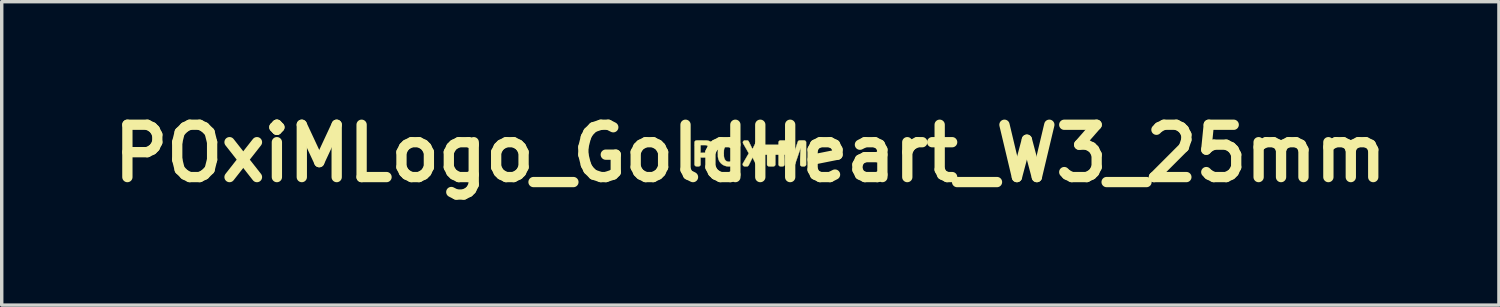
<source format=kicad_pcb>
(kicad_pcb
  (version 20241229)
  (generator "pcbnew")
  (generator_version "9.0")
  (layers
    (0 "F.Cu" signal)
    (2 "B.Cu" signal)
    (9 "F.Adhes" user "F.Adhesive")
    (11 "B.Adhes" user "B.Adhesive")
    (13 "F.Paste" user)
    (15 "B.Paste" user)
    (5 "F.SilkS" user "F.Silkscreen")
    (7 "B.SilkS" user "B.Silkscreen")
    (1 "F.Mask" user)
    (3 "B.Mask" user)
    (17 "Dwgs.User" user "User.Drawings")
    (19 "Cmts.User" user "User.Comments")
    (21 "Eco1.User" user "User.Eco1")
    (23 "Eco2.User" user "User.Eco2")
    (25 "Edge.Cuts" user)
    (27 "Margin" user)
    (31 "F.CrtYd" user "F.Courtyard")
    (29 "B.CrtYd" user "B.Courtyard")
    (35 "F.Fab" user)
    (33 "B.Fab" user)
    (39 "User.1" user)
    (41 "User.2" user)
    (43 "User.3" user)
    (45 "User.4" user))
  (footprint "POxiMLogo_GoldHeart_W3_25mm"
    (layer "F.Cu")
    (at 18.803 1.418)
    (property "Reference" "POxiMLogo_GoldHeart_W3_25mm" (at 0 0 0) (layer "F.SilkS") (effects (font (size 1.524 1.524) (thickness 0.3))))
    (attr through_hole)
    (fp_poly (pts (xy 0.569 -0.4) (xy 0.581 -0.394) (xy 0.587 -0.39) (xy 0.594 -0.382) (xy 0.601 -0.372) (xy 0.606 -0.362) (xy 0.608 -0.355) (xy 0.61 -0.345) (xy 0.612 -0.351) (xy 0.616 -0.363) (xy 0.622 -0.375) (xy 0.631 -0.386) (xy 0.64 -0.394) (xy 0.647 -0.398) (xy 0.655 -0.4) (xy 0.664 -0.402) (xy 0.675 -0.402) (xy 0.685 -0.401) (xy 0.693 -0.399) (xy 0.696 -0.398) (xy 0.704 -0.392) (xy 0.712 -0.385) (xy 0.72 -0.376) (xy 0.725 -0.367) (xy 0.726 -0.366) (xy 0.728 -0.36) (xy 0.73 -0.355) (xy 0.73 -0.348) (xy 0.731 -0.341) (xy 0.73 -0.333) (xy 0.729 -0.325) (xy 0.727 -0.318) (xy 0.724 -0.311) (xy 0.718 -0.302) (xy 0.711 -0.292) (xy 0.71 -0.29) (xy 0.707 -0.286) (xy 0.702 -0.28) (xy 0.696 -0.273) (xy 0.688 -0.264) (xy 0.68 -0.254) (xy 0.671 -0.244) (xy 0.662 -0.234) (xy 0.652 -0.224) (xy 0.643 -0.214) (xy 0.635 -0.204) (xy 0.627 -0.196) (xy 0.62 -0.189) (xy 0.615 -0.184) (xy 0.612 -0.181) (xy 0.61 -0.18) (xy 0.609 -0.181) (xy 0.605 -0.185) (xy 0.6 -0.19) (xy 0.593 -0.197) (xy 0.585 -0.206) (xy 0.576 -0.215) (xy 0.569 -0.223) (xy 0.553 -0.24) (xy 0.54 -0.255) (xy 0.528 -0.269) (xy 0.519 -0.28) (xy 0.511 -0.291) (xy 0.504 -0.3) (xy 0.499 -0.309) (xy 0.496 -0.315) (xy 0.493 -0.323) (xy 0.491 -0.329) (xy 0.49 -0.334) (xy 0.49 -0.34) (xy 0.491 -0.354) (xy 0.496 -0.367) (xy 0.502 -0.378) (xy 0.511 -0.387) (xy 0.521 -0.395) (xy 0.532 -0.4) (xy 0.544 -0.402) (xy 0.557 -0.402) (xy 0.569 -0.4)) (stroke (width 0.01) (type solid)) (fill yes) (layer "F.Mask"))
    (fp_poly (pts (xy 0.549 -0.116) (xy 0.61 -0.054) (xy 0.651 -0.095) (xy 0.661 -0.106) (xy 0.672 -0.116) (xy 0.682 -0.127) (xy 0.692 -0.136) (xy 0.701 -0.145) (xy 0.708 -0.151) (xy 0.71 -0.154) (xy 0.73 -0.172) (xy 0.729 0.081) (xy 0.729 0.334) (xy 0.725 0.342) (xy 0.721 0.35) (xy 0.714 0.358) (xy 0.707 0.365) (xy 0.699 0.37) (xy 0.698 0.371) (xy 0.695 0.372) (xy 0.691 0.374) (xy 0.687 0.375) (xy 0.682 0.376) (xy 0.676 0.377) (xy 0.669 0.377) (xy 0.659 0.378) (xy 0.648 0.378) (xy 0.635 0.378) (xy 0.618 0.378) (xy 0.607 0.378) (xy 0.59 0.378) (xy 0.575 0.378) (xy 0.563 0.378) (xy 0.553 0.377) (xy 0.546 0.377) (xy 0.54 0.377) (xy 0.536 0.376) (xy 0.532 0.376) (xy 0.532 0.375) (xy 0.519 0.37) (xy 0.507 0.363) (xy 0.498 0.353) (xy 0.492 0.34) (xy 0.492 0.34) (xy 0.488 0.331) (xy 0.487 -0.177) (xy 0.549 -0.116)) (stroke (width 0.01) (type solid)) (fill yes) (layer "F.SilkS"))
    (fp_poly (pts (xy -1.477 -0.378) (xy -1.454 -0.378) (xy -1.429 -0.378) (xy -1.422 -0.378) (xy -1.396 -0.378) (xy -1.372 -0.377) (xy -1.352 -0.377) (xy -1.334 -0.377) (xy -1.318 -0.377) (xy -1.304 -0.377) (xy -1.292 -0.376) (xy -1.282 -0.376) (xy -1.273 -0.375) (xy -1.265 -0.375) (xy -1.258 -0.374) (xy -1.252 -0.373) (xy -1.245 -0.372) (xy -1.239 -0.371) (xy -1.233 -0.369) (xy -1.226 -0.368) (xy -1.221 -0.367) (xy -1.192 -0.358) (xy -1.165 -0.347) (xy -1.14 -0.334) (xy -1.117 -0.319) (xy -1.097 -0.301) (xy -1.079 -0.282) (xy -1.063 -0.26) (xy -1.05 -0.237) (xy -1.04 -0.214) (xy -1.036 -0.202) (xy -1.033 -0.191) (xy -1.031 -0.181) (xy -1.03 -0.17) (xy -1.029 -0.158) (xy -1.028 -0.144) (xy -1.028 -0.129) (xy -1.028 -0.116) (xy -1.028 -0.106) (xy -1.028 -0.098) (xy -1.029 -0.091) (xy -1.03 -0.085) (xy -1.031 -0.079) (xy -1.032 -0.075) (xy -1.038 -0.05) (xy -1.047 -0.028) (xy -1.057 -0.007) (xy -1.07 0.012) (xy -1.086 0.031) (xy -1.093 0.038) (xy -1.112 0.056) (xy -1.133 0.071) (xy -1.156 0.084) (xy -1.18 0.095) (xy -1.206 0.104) (xy -1.235 0.111) (xy -1.257 0.115) (xy -1.261 0.116) (xy -1.267 0.116) (xy -1.273 0.117) (xy -1.281 0.117) (xy -1.291 0.117) (xy -1.303 0.118) (xy -1.317 0.118) (xy -1.333 0.118) (xy -1.353 0.118) (xy -1.362 0.118) (xy -1.45 0.119) (xy -1.45 0.336) (xy -1.455 0.345) (xy -1.463 0.357) (xy -1.473 0.366) (xy -1.485 0.373) (xy -1.498 0.377) (xy -1.503 0.377) (xy -1.511 0.378) (xy -1.52 0.378) (xy -1.531 0.378) (xy -1.542 0.378) (xy -1.553 0.378) (xy -1.563 0.377) (xy -1.571 0.377) (xy -1.577 0.376) (xy -1.579 0.376) (xy -1.592 0.371) (xy -1.604 0.363) (xy -1.613 0.353) (xy -1.619 0.343) (xy -1.624 0.333) (xy -1.624 -0.016) (xy -1.45 -0.016) (xy -1.369 -0.017) (xy -1.351 -0.017) (xy -1.335 -0.017) (xy -1.323 -0.017) (xy -1.312 -0.017) (xy -1.304 -0.018) (xy -1.297 -0.018) (xy -1.292 -0.018) (xy -1.288 -0.019) (xy -1.284 -0.019) (xy -1.281 -0.02) (xy -1.278 -0.021) (xy -1.276 -0.021) (xy -1.259 -0.028) (xy -1.243 -0.038) (xy -1.23 -0.049) (xy -1.219 -0.064) (xy -1.211 -0.08) (xy -1.208 -0.088) (xy -1.206 -0.094) (xy -1.205 -0.099) (xy -1.204 -0.104) (xy -1.203 -0.11) (xy -1.203 -0.117) (xy -1.203 -0.127) (xy -1.203 -0.14) (xy -1.204 -0.151) (xy -1.205 -0.16) (xy -1.207 -0.169) (xy -1.211 -0.177) (xy -1.215 -0.187) (xy -1.22 -0.196) (xy -1.227 -0.204) (xy -1.233 -0.211) (xy -1.244 -0.221) (xy -1.255 -0.229) (xy -1.268 -0.235) (xy -1.278 -0.238) (xy -1.281 -0.239) (xy -1.284 -0.24) (xy -1.287 -0.24) (xy -1.291 -0.241) (xy -1.295 -0.241) (xy -1.301 -0.241) (xy -1.308 -0.242) (xy -1.317 -0.242) (xy -1.329 -0.242) (xy -1.342 -0.242) (xy -1.359 -0.242) (xy -1.37 -0.242) (xy -1.45 -0.243) (xy -1.45 -0.016) (xy -1.624 -0.016) (xy -1.624 -0.333) (xy -1.619 -0.343) (xy -1.613 -0.353) (xy -1.605 -0.362) (xy -1.595 -0.369) (xy -1.592 -0.371) (xy -1.59 -0.372) (xy -1.587 -0.373) (xy -1.585 -0.374) (xy -1.581 -0.375) (xy -1.577 -0.376) (xy -1.573 -0.376) (xy -1.567 -0.377) (xy -1.56 -0.377) (xy -1.551 -0.378) (xy -1.54 -0.378) (xy -1.528 -0.378) (xy -1.513 -0.378) (xy -1.496 -0.378) (xy -1.477 -0.378)) (stroke (width 0.01) (type solid)) (fill yes) (layer "F.SilkS"))
    (fp_poly (pts (xy -0.604 -0.377) (xy -0.571 -0.375) (xy -0.539 -0.369) (xy -0.509 -0.36) (xy -0.48 -0.348) (xy -0.452 -0.334) (xy -0.427 -0.316) (xy -0.403 -0.296) (xy -0.383 -0.277) (xy -0.364 -0.252) (xy -0.346 -0.226) (xy -0.332 -0.199) (xy -0.321 -0.169) (xy -0.312 -0.138) (xy -0.307 -0.105) (xy -0.306 -0.095) (xy -0.305 -0.089) (xy -0.305 -0.08) (xy -0.304 -0.068) (xy -0.304 -0.054) (xy -0.304 -0.039) (xy -0.304 -0.023) (xy -0.304 -0.006) (xy -0.304 0.01) (xy -0.304 0.027) (xy -0.304 0.043) (xy -0.304 0.058) (xy -0.305 0.071) (xy -0.305 0.082) (xy -0.305 0.091) (xy -0.306 0.095) (xy -0.31 0.128) (xy -0.318 0.16) (xy -0.328 0.19) (xy -0.341 0.218) (xy -0.358 0.245) (xy -0.377 0.27) (xy -0.398 0.293) (xy -0.411 0.305) (xy -0.434 0.323) (xy -0.459 0.339) (xy -0.487 0.352) (xy -0.515 0.362) (xy -0.546 0.37) (xy -0.578 0.375) (xy -0.611 0.378) (xy -0.645 0.378) (xy -0.664 0.376) (xy -0.696 0.372) (xy -0.727 0.364) (xy -0.757 0.354) (xy -0.785 0.34) (xy -0.811 0.324) (xy -0.836 0.306) (xy -0.858 0.285) (xy -0.879 0.261) (xy -0.882 0.258) (xy -0.899 0.232) (xy -0.914 0.204) (xy -0.926 0.175) (xy -0.935 0.144) (xy -0.941 0.112) (xy -0.942 0.107) (xy -0.943 0.1) (xy -0.943 0.09) (xy -0.944 0.077) (xy -0.944 0.063) (xy -0.944 0.047) (xy -0.944 0.03) (xy -0.945 0.012) (xy -0.945 0.004) (xy -0.771 0.004) (xy -0.771 0.026) (xy -0.771 0.046) (xy -0.77 0.064) (xy -0.769 0.079) (xy -0.768 0.092) (xy -0.767 0.104) (xy -0.765 0.114) (xy -0.764 0.119) (xy -0.757 0.142) (xy -0.748 0.164) (xy -0.738 0.183) (xy -0.725 0.2) (xy -0.711 0.214) (xy -0.695 0.225) (xy -0.678 0.233) (xy -0.665 0.238) (xy -0.658 0.239) (xy -0.653 0.241) (xy -0.648 0.242) (xy -0.643 0.242) (xy -0.637 0.242) (xy -0.63 0.242) (xy -0.62 0.242) (xy -0.619 0.242) (xy -0.609 0.242) (xy -0.601 0.241) (xy -0.595 0.241) (xy -0.59 0.24) (xy -0.585 0.239) (xy -0.579 0.237) (xy -0.577 0.236) (xy -0.559 0.228) (xy -0.542 0.218) (xy -0.527 0.204) (xy -0.514 0.188) (xy -0.503 0.17) (xy -0.494 0.149) (xy -0.486 0.125) (xy -0.486 0.125) (xy -0.485 0.118) (xy -0.483 0.112) (xy -0.482 0.105) (xy -0.481 0.098) (xy -0.48 0.09) (xy -0.48 0.081) (xy -0.479 0.07) (xy -0.479 0.057) (xy -0.479 0.043) (xy -0.479 0.025) (xy -0.479 0.005) (xy -0.479 0) (xy -0.479 -0.021) (xy -0.479 -0.039) (xy -0.479 -0.054) (xy -0.479 -0.067) (xy -0.48 -0.078) (xy -0.48 -0.088) (xy -0.481 -0.096) (xy -0.482 -0.103) (xy -0.483 -0.11) (xy -0.484 -0.117) (xy -0.486 -0.123) (xy -0.486 -0.125) (xy -0.494 -0.148) (xy -0.503 -0.169) (xy -0.514 -0.188) (xy -0.527 -0.204) (xy -0.543 -0.217) (xy -0.559 -0.228) (xy -0.578 -0.236) (xy -0.584 -0.238) (xy -0.589 -0.24) (xy -0.594 -0.241) (xy -0.6 -0.241) (xy -0.606 -0.242) (xy -0.615 -0.242) (xy -0.625 -0.242) (xy -0.638 -0.242) (xy -0.649 -0.241) (xy -0.658 -0.24) (xy -0.666 -0.238) (xy -0.674 -0.235) (xy -0.683 -0.232) (xy -0.686 -0.23) (xy -0.702 -0.221) (xy -0.717 -0.209) (xy -0.731 -0.194) (xy -0.742 -0.177) (xy -0.752 -0.157) (xy -0.759 -0.14) (xy -0.761 -0.131) (xy -0.763 -0.123) (xy -0.765 -0.115) (xy -0.767 -0.107) (xy -0.768 -0.098) (xy -0.769 -0.087) (xy -0.769 -0.075) (xy -0.77 -0.06) (xy -0.77 -0.044) (xy -0.771 -0.024) (xy -0.771 -0.021) (xy -0.771 0.004) (xy -0.945 0.004) (xy -0.945 -0.006) (xy -0.945 -0.024) (xy -0.944 -0.042) (xy -0.944 -0.058) (xy -0.944 -0.073) (xy -0.943 -0.086) (xy -0.943 -0.097) (xy -0.942 -0.105) (xy -0.942 -0.107) (xy -0.936 -0.139) (xy -0.927 -0.17) (xy -0.916 -0.199) (xy -0.902 -0.227) (xy -0.885 -0.253) (xy -0.866 -0.277) (xy -0.844 -0.299) (xy -0.832 -0.309) (xy -0.808 -0.327) (xy -0.783 -0.342) (xy -0.757 -0.354) (xy -0.729 -0.364) (xy -0.7 -0.371) (xy -0.669 -0.375) (xy -0.639 -0.378) (xy -0.604 -0.377)) (stroke (width 0.01) (type solid)) (fill yes) (layer "F.SilkS"))
    (fp_poly (pts (xy 0.311 -0.373) (xy 0.322 -0.366) (xy 0.332 -0.357) (xy 0.34 -0.346) (xy 0.341 -0.343) (xy 0.344 -0.337) (xy 0.345 -0.332) (xy 0.346 -0.326) (xy 0.346 -0.319) (xy 0.346 -0.311) (xy 0.345 -0.305) (xy 0.344 -0.3) (xy 0.341 -0.295) (xy 0.341 -0.294) (xy 0.339 -0.291) (xy 0.336 -0.285) (xy 0.332 -0.277) (xy 0.326 -0.267) (xy 0.319 -0.255) (xy 0.311 -0.241) (xy 0.302 -0.225) (xy 0.292 -0.208) (xy 0.282 -0.19) (xy 0.271 -0.171) (xy 0.259 -0.151) (xy 0.255 -0.143) (xy 0.174 -0.003) (xy 0.265 0.146) (xy 0.279 0.17) (xy 0.293 0.192) (xy 0.305 0.213) (xy 0.317 0.231) (xy 0.327 0.248) (xy 0.336 0.263) (xy 0.343 0.276) (xy 0.349 0.286) (xy 0.354 0.294) (xy 0.357 0.3) (xy 0.358 0.303) (xy 0.358 0.303) (xy 0.359 0.31) (xy 0.36 0.319) (xy 0.36 0.323) (xy 0.357 0.336) (xy 0.352 0.349) (xy 0.344 0.359) (xy 0.333 0.368) (xy 0.325 0.372) (xy 0.315 0.377) (xy 0.273 0.378) (xy 0.257 0.378) (xy 0.244 0.378) (xy 0.234 0.378) (xy 0.225 0.377) (xy 0.218 0.376) (xy 0.213 0.374) (xy 0.207 0.373) (xy 0.203 0.37) (xy 0.2 0.369) (xy 0.198 0.367) (xy 0.196 0.366) (xy 0.193 0.364) (xy 0.191 0.362) (xy 0.188 0.358) (xy 0.186 0.355) (xy 0.182 0.35) (xy 0.179 0.344) (xy 0.175 0.337) (xy 0.17 0.328) (xy 0.165 0.318) (xy 0.158 0.305) (xy 0.151 0.291) (xy 0.143 0.275) (xy 0.134 0.257) (xy 0.124 0.236) (xy 0.112 0.213) (xy 0.099 0.187) (xy 0.094 0.175) (xy 0.066 0.118) (xy 0.007 0.235) (xy -0.004 0.258) (xy -0.013 0.277) (xy -0.022 0.294) (xy -0.029 0.309) (xy -0.036 0.321) (xy -0.041 0.332) (xy -0.046 0.34) (xy -0.05 0.347) (xy -0.054 0.353) (xy -0.057 0.358) (xy -0.06 0.361) (xy -0.063 0.364) (xy -0.065 0.366) (xy -0.068 0.368) (xy -0.071 0.37) (xy -0.075 0.372) (xy -0.076 0.372) (xy -0.087 0.377) (xy -0.127 0.378) (xy -0.139 0.378) (xy -0.15 0.378) (xy -0.159 0.377) (xy -0.167 0.377) (xy -0.173 0.377) (xy -0.175 0.376) (xy -0.187 0.372) (xy -0.198 0.365) (xy -0.208 0.356) (xy -0.215 0.345) (xy -0.216 0.344) (xy -0.219 0.334) (xy -0.221 0.323) (xy -0.221 0.311) (xy -0.219 0.301) (xy -0.218 0.3) (xy -0.217 0.297) (xy -0.214 0.292) (xy -0.21 0.284) (xy -0.204 0.274) (xy -0.198 0.262) (xy -0.19 0.249) (xy -0.181 0.233) (xy -0.171 0.217) (xy -0.161 0.198) (xy -0.15 0.179) (xy -0.138 0.16) (xy -0.13 0.146) (xy -0.119 0.126) (xy -0.107 0.107) (xy -0.097 0.088) (xy -0.087 0.071) (xy -0.078 0.055) (xy -0.069 0.041) (xy -0.062 0.028) (xy -0.056 0.017) (xy -0.051 0.009) (xy -0.048 0.003) (xy -0.045 -0.001) (xy -0.045 -0.002) (xy -0.046 -0.004) (xy -0.048 -0.008) (xy -0.052 -0.015) (xy -0.057 -0.024) (xy -0.063 -0.036) (xy -0.071 -0.049) (xy -0.079 -0.064) (xy -0.089 -0.081) (xy -0.099 -0.099) (xy -0.11 -0.119) (xy -0.122 -0.14) (xy -0.128 -0.149) (xy -0.139 -0.169) (xy -0.151 -0.189) (xy -0.161 -0.208) (xy -0.171 -0.225) (xy -0.181 -0.242) (xy -0.189 -0.256) (xy -0.196 -0.27) (xy -0.203 -0.281) (xy -0.208 -0.29) (xy -0.211 -0.297) (xy -0.213 -0.301) (xy -0.214 -0.302) (xy -0.216 -0.312) (xy -0.216 -0.322) (xy -0.215 -0.333) (xy -0.212 -0.342) (xy -0.206 -0.351) (xy -0.199 -0.36) (xy -0.189 -0.368) (xy -0.181 -0.373) (xy -0.171 -0.377) (xy -0.127 -0.377) (xy -0.113 -0.377) (xy -0.103 -0.377) (xy -0.094 -0.377) (xy -0.088 -0.377) (xy -0.083 -0.376) (xy -0.08 -0.376) (xy -0.077 -0.375) (xy -0.076 -0.374) (xy -0.067 -0.37) (xy -0.058 -0.364) (xy -0.051 -0.357) (xy -0.05 -0.355) (xy -0.048 -0.353) (xy -0.046 -0.347) (xy -0.042 -0.34) (xy -0.037 -0.33) (xy -0.031 -0.318) (xy -0.024 -0.304) (xy -0.017 -0.289) (xy -0.009 -0.273) (xy -0.000327 -0.255) (xy 0.008 -0.238) (xy 0.017 -0.22) (xy 0.025 -0.203) (xy 0.033 -0.187) (xy 0.04 -0.172) (xy 0.046 -0.159) (xy 0.052 -0.147) (xy 0.056 -0.138) (xy 0.06 -0.131) (xy 0.062 -0.127) (xy 0.063 -0.125) (xy 0.063 -0.125) (xy 0.064 -0.126) (xy 0.066 -0.13) (xy 0.069 -0.137) (xy 0.074 -0.146) (xy 0.079 -0.156) (xy 0.086 -0.169) (xy 0.093 -0.184) (xy 0.1 -0.199) (xy 0.109 -0.216) (xy 0.118 -0.234) (xy 0.119 -0.237) (xy 0.129 -0.258) (xy 0.138 -0.277) (xy 0.146 -0.292) (xy 0.153 -0.306) (xy 0.158 -0.317) (xy 0.163 -0.327) (xy 0.167 -0.335) (xy 0.17 -0.341) (xy 0.173 -0.346) (xy 0.176 -0.35) (xy 0.178 -0.353) (xy 0.179 -0.356) (xy 0.181 -0.358) (xy 0.183 -0.36) (xy 0.183 -0.36) (xy 0.193 -0.368) (xy 0.202 -0.373) (xy 0.202 -0.373) (xy 0.205 -0.375) (xy 0.208 -0.375) (xy 0.212 -0.376) (xy 0.215 -0.377) (xy 0.221 -0.377) (xy 0.227 -0.377) (xy 0.236 -0.377) (xy 0.248 -0.377) (xy 0.257 -0.377) (xy 0.301 -0.377) (xy 0.311 -0.373)) (stroke (width 0.01) (type solid)) (fill yes) (layer "F.SilkS"))
    (fp_poly (pts (xy 1.545 -0.378) (xy 1.556 -0.378) (xy 1.565 -0.377) (xy 1.573 -0.377) (xy 1.579 -0.376) (xy 1.583 -0.375) (xy 1.587 -0.374) (xy 1.591 -0.373) (xy 1.594 -0.371) (xy 1.603 -0.365) (xy 1.612 -0.356) (xy 1.619 -0.346) (xy 1.621 -0.343) (xy 1.625 -0.333) (xy 1.625 0.333) (xy 1.621 0.343) (xy 1.614 0.355) (xy 1.604 0.364) (xy 1.592 0.372) (xy 1.579 0.376) (xy 1.579 0.376) (xy 1.574 0.377) (xy 1.566 0.377) (xy 1.557 0.378) (xy 1.546 0.378) (xy 1.535 0.378) (xy 1.524 0.378) (xy 1.514 0.378) (xy 1.506 0.377) (xy 1.5 0.377) (xy 1.5 0.377) (xy 1.486 0.372) (xy 1.474 0.365) (xy 1.464 0.356) (xy 1.457 0.345) (xy 1.452 0.336) (xy 1.452 0.253) (xy 1.452 0.238) (xy 1.452 0.226) (xy 1.452 0.214) (xy 1.452 0.202) (xy 1.452 0.192) (xy 1.452 0.181) (xy 1.452 0.169) (xy 1.453 0.158) (xy 1.453 0.145) (xy 1.454 0.131) (xy 1.454 0.116) (xy 1.455 0.099) (xy 1.456 0.08) (xy 1.457 0.059) (xy 1.458 0.034) (xy 1.459 0.008) (xy 1.46 -0.015) (xy 1.461 -0.036) (xy 1.462 -0.057) (xy 1.463 -0.076) (xy 1.464 -0.094) (xy 1.465 -0.11) (xy 1.465 -0.124) (xy 1.466 -0.135) (xy 1.466 -0.144) (xy 1.466 -0.15) (xy 1.466 -0.154) (xy 1.466 -0.154) (xy 1.465 -0.154) (xy 1.463 -0.151) (xy 1.463 -0.151) (xy 1.462 -0.149) (xy 1.46 -0.144) (xy 1.458 -0.136) (xy 1.454 -0.126) (xy 1.45 -0.113) (xy 1.444 -0.098) (xy 1.439 -0.08) (xy 1.432 -0.061) (xy 1.425 -0.04) (xy 1.417 -0.018) (xy 1.409 0.006) (xy 1.4 0.031) (xy 1.392 0.057) (xy 1.382 0.084) (xy 1.378 0.098) (xy 1.366 0.133) (xy 1.355 0.164) (xy 1.345 0.193) (xy 1.336 0.218) (xy 1.328 0.241) (xy 1.321 0.262) (xy 1.315 0.28) (xy 1.31 0.296) (xy 1.305 0.309) (xy 1.301 0.321) (xy 1.297 0.33) (xy 1.294 0.338) (xy 1.292 0.344) (xy 1.29 0.348) (xy 1.289 0.35) (xy 1.289 0.351) (xy 1.28 0.361) (xy 1.27 0.369) (xy 1.259 0.374) (xy 1.255 0.375) (xy 1.251 0.376) (xy 1.245 0.377) (xy 1.237 0.377) (xy 1.228 0.377) (xy 1.222 0.377) (xy 1.211 0.377) (xy 1.204 0.377) (xy 1.198 0.377) (xy 1.194 0.376) (xy 1.19 0.376) (xy 1.187 0.374) (xy 1.183 0.373) (xy 1.183 0.373) (xy 1.175 0.368) (xy 1.167 0.361) (xy 1.16 0.354) (xy 1.154 0.347) (xy 1.154 0.346) (xy 1.153 0.344) (xy 1.151 0.339) (xy 1.148 0.331) (xy 1.145 0.32) (xy 1.14 0.308) (xy 1.135 0.292) (xy 1.129 0.275) (xy 1.123 0.256) (xy 1.115 0.235) (xy 1.108 0.213) (xy 1.1 0.189) (xy 1.091 0.164) (xy 1.082 0.137) (xy 1.073 0.11) (xy 1.068 0.097) (xy 1.059 0.069) (xy 1.05 0.043) (xy 1.041 0.017) (xy 1.033 -0.007) (xy 1.025 -0.03) (xy 1.018 -0.052) (xy 1.011 -0.072) (xy 1.005 -0.09) (xy 0.999 -0.106) (xy 0.994 -0.119) (xy 0.99 -0.131) (xy 0.987 -0.139) (xy 0.985 -0.146) (xy 0.984 -0.149) (xy 0.984 -0.149) (xy 0.982 -0.15) (xy 0.982 -0.15) (xy 0.982 -0.148) (xy 0.982 -0.144) (xy 0.982 -0.136) (xy 0.982 -0.126) (xy 0.983 -0.113) (xy 0.984 -0.098) (xy 0.984 -0.081) (xy 0.985 -0.062) (xy 0.986 -0.042) (xy 0.987 -0.021) (xy 0.988 0.002) (xy 0.989 0.018) (xy 0.99 0.046) (xy 0.992 0.071) (xy 0.993 0.093) (xy 0.994 0.112) (xy 0.994 0.13) (xy 0.995 0.145) (xy 0.996 0.159) (xy 0.996 0.172) (xy 0.996 0.183) (xy 0.997 0.194) (xy 0.997 0.205) (xy 0.997 0.215) (xy 0.997 0.225) (xy 0.997 0.236) (xy 0.997 0.248) (xy 0.997 0.26) (xy 0.997 0.278) (xy 0.997 0.292) (xy 0.997 0.304) (xy 0.996 0.314) (xy 0.996 0.321) (xy 0.996 0.327) (xy 0.996 0.332) (xy 0.995 0.335) (xy 0.995 0.337) (xy 0.994 0.34) (xy 0.993 0.341) (xy 0.993 0.342) (xy 0.988 0.35) (xy 0.981 0.358) (xy 0.974 0.365) (xy 0.967 0.37) (xy 0.966 0.371) (xy 0.96 0.373) (xy 0.952 0.376) (xy 0.95 0.376) (xy 0.945 0.377) (xy 0.938 0.377) (xy 0.929 0.378) (xy 0.918 0.378) (xy 0.907 0.378) (xy 0.896 0.378) (xy 0.886 0.378) (xy 0.878 0.377) (xy 0.871 0.377) (xy 0.869 0.376) (xy 0.857 0.372) (xy 0.846 0.366) (xy 0.837 0.357) (xy 0.829 0.347) (xy 0.827 0.343) (xy 0.823 0.334) (xy 0.823 -0.334) (xy 0.827 -0.343) (xy 0.834 -0.354) (xy 0.844 -0.364) (xy 0.856 -0.372) (xy 0.857 -0.372) (xy 0.868 -0.377) (xy 0.944 -0.377) (xy 0.962 -0.377) (xy 0.977 -0.377) (xy 0.989 -0.377) (xy 0.999 -0.377) (xy 1.007 -0.377) (xy 1.013 -0.377) (xy 1.018 -0.376) (xy 1.022 -0.376) (xy 1.024 -0.376) (xy 1.027 -0.375) (xy 1.029 -0.374) (xy 1.031 -0.373) (xy 1.04 -0.368) (xy 1.05 -0.361) (xy 1.057 -0.352) (xy 1.061 -0.346) (xy 1.061 -0.344) (xy 1.063 -0.339) (xy 1.066 -0.331) (xy 1.069 -0.321) (xy 1.073 -0.308) (xy 1.078 -0.294) (xy 1.084 -0.277) (xy 1.089 -0.259) (xy 1.096 -0.239) (xy 1.103 -0.218) (xy 1.11 -0.196) (xy 1.117 -0.173) (xy 1.125 -0.15) (xy 1.132 -0.126) (xy 1.14 -0.101) (xy 1.148 -0.077) (xy 1.156 -0.053) (xy 1.163 -0.029) (xy 1.171 -0.006) (xy 1.178 0.016) (xy 1.185 0.037) (xy 1.191 0.057) (xy 1.197 0.076) (xy 1.202 0.093) (xy 1.207 0.108) (xy 1.211 0.121) (xy 1.215 0.132) (xy 1.217 0.14) (xy 1.219 0.146) (xy 1.22 0.149) (xy 1.22 0.149) (xy 1.221 0.15) (xy 1.222 0.15) (xy 1.223 0.149) (xy 1.225 0.144) (xy 1.227 0.136) (xy 1.231 0.126) (xy 1.236 0.113) (xy 1.241 0.097) (xy 1.247 0.078) (xy 1.254 0.057) (xy 1.262 0.033) (xy 1.27 0.007) (xy 1.28 -0.022) (xy 1.29 -0.052) (xy 1.3 -0.085) (xy 1.303 -0.092) (xy 1.311 -0.12) (xy 1.32 -0.146) (xy 1.329 -0.172) (xy 1.337 -0.197) (xy 1.344 -0.22) (xy 1.351 -0.242) (xy 1.358 -0.263) (xy 1.364 -0.281) (xy 1.37 -0.298) (xy 1.374 -0.312) (xy 1.378 -0.324) (xy 1.382 -0.333) (xy 1.384 -0.34) (xy 1.385 -0.344) (xy 1.386 -0.345) (xy 1.392 -0.355) (xy 1.401 -0.364) (xy 1.412 -0.372) (xy 1.416 -0.373) (xy 1.419 -0.374) (xy 1.421 -0.375) (xy 1.424 -0.376) (xy 1.427 -0.376) (xy 1.431 -0.377) (xy 1.436 -0.377) (xy 1.443 -0.377) (xy 1.452 -0.377) (xy 1.464 -0.378) (xy 1.478 -0.378) (xy 1.494 -0.378) (xy 1.497 -0.378) (xy 1.516 -0.378) (xy 1.532 -0.378) (xy 1.545 -0.378)) (stroke (width 0.01) (type solid)) (fill yes) (layer "F.SilkS")))
  (gr_rect
    (start -3 -3)
    (end 40.607 5.836)
    (stroke (width 0.1) (type default))
    (fill no)
    (layer "Edge.Cuts")))
</source>
